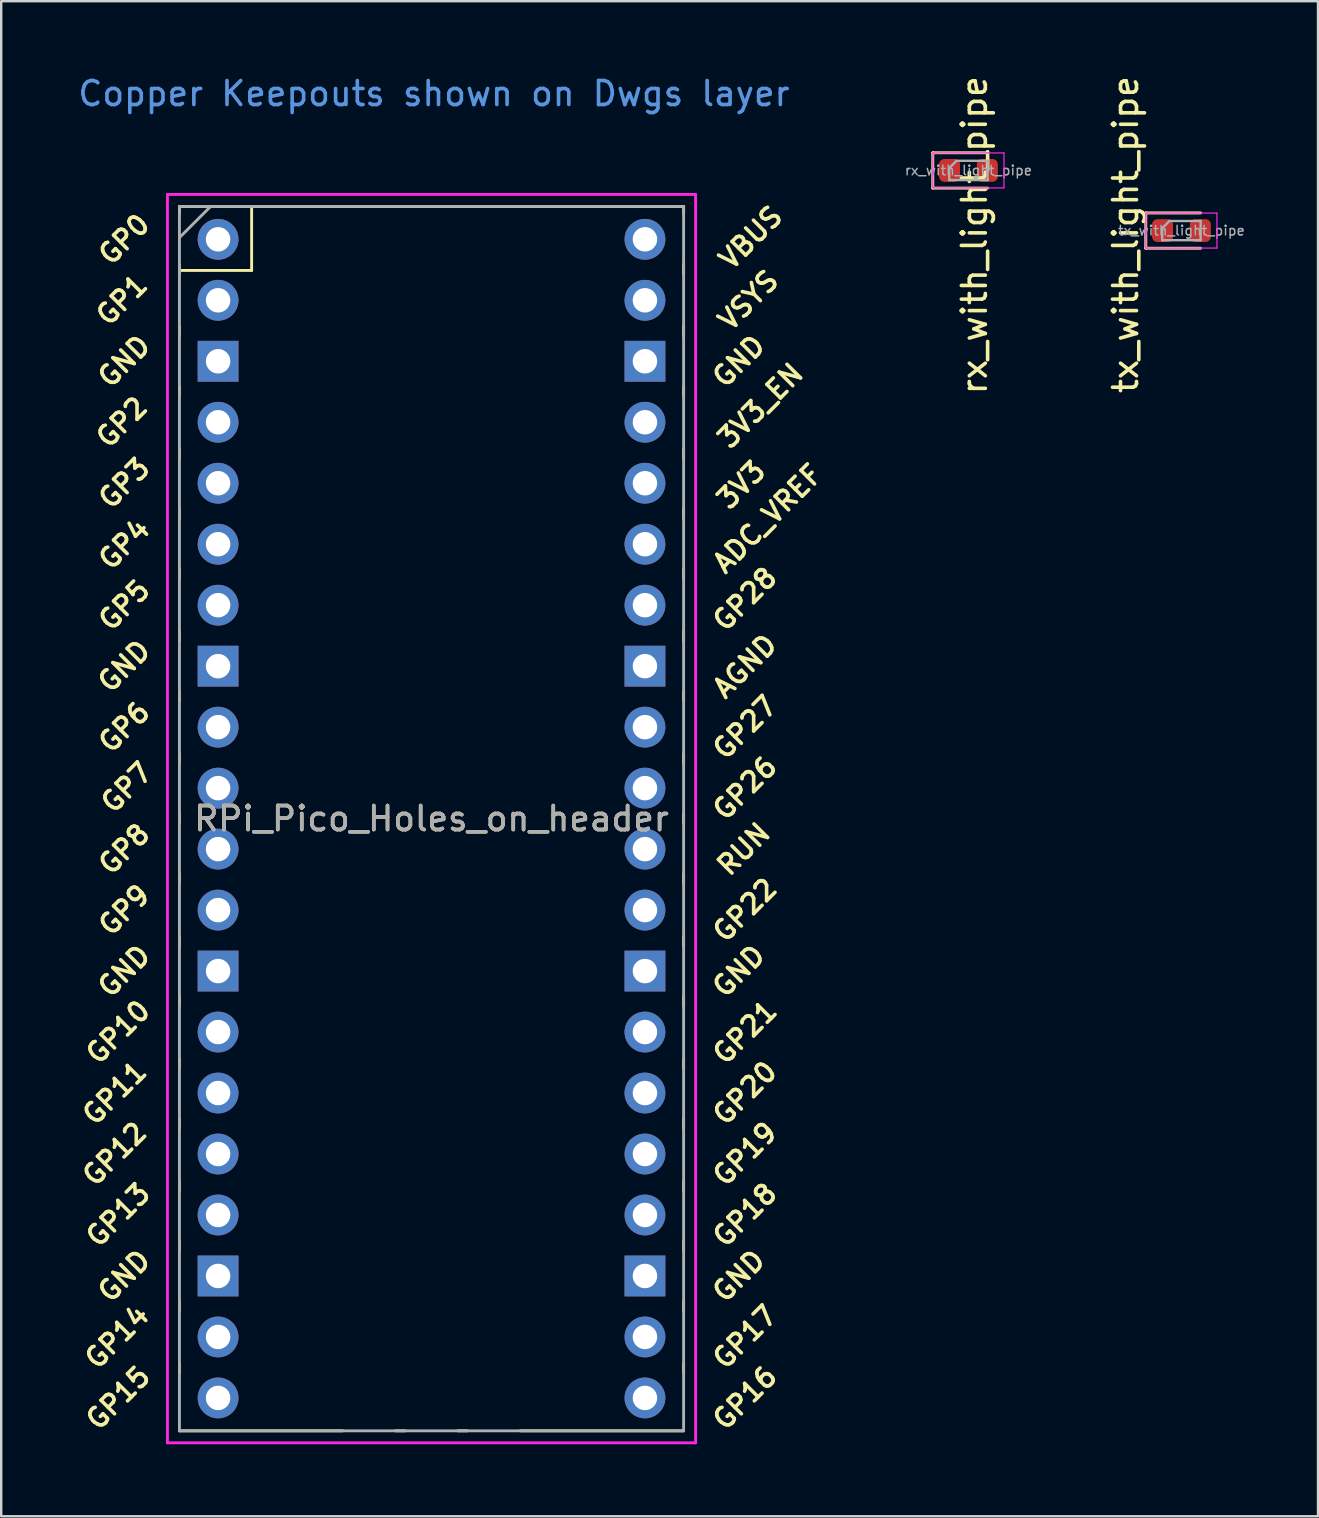
<source format=kicad_pcb>
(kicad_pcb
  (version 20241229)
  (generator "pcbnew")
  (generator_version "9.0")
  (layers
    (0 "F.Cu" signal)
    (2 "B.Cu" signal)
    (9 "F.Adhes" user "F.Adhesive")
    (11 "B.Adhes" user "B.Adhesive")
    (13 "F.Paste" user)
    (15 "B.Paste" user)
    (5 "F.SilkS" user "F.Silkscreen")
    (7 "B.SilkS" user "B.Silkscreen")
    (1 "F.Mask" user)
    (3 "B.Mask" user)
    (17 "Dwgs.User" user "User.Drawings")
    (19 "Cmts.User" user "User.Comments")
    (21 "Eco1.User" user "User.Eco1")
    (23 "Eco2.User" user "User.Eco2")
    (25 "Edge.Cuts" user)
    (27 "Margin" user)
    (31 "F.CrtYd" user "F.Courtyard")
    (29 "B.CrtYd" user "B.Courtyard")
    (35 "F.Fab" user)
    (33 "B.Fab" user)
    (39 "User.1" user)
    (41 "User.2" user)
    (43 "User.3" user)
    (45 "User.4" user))
  (footprint "tx_with_light_pipe"
    (layer "F.Cu")
    (at 46.16 6.554)
    (property "Reference" "tx_with_light_pipe" (at -2.326 0.166 90) (layer "F.SilkS") (effects (font (size 1 1) (thickness 0.15))))
    (attr smd)
    (fp_line (start -1.485 -0.735) (end -1.485 0.735) (stroke (width 0.12) (type solid)) (layer "F.SilkS"))
    (fp_line (start -1.485 0.735) (end 0.8 0.735) (stroke (width 0.12) (type solid)) (layer "F.SilkS"))
    (fp_line (start 0.8 -0.735) (end -1.485 -0.735) (stroke (width 0.12) (type solid)) (layer "F.SilkS"))
    (fp_line (start -1.48 -0.73) (end 1.48 -0.73) (stroke (width 0.05) (type solid)) (layer "F.CrtYd"))
    (fp_line (start -1.48 0.73) (end -1.48 -0.73) (stroke (width 0.05) (type solid)) (layer "F.CrtYd"))
    (fp_line (start 1.48 -0.73) (end 1.48 0.73) (stroke (width 0.05) (type solid)) (layer "F.CrtYd"))
    (fp_line (start 1.48 0.73) (end -1.48 0.73) (stroke (width 0.05) (type solid)) (layer "F.CrtYd"))
    (fp_line (start -0.8 -0.1) (end -0.8 0.4) (stroke (width 0.1) (type solid)) (layer "F.Fab"))
    (fp_line (start -0.8 0.4) (end 0.8 0.4) (stroke (width 0.1) (type solid)) (layer "F.Fab"))
    (fp_line (start -0.5 -0.4) (end -0.8 -0.1) (stroke (width 0.1) (type solid)) (layer "F.Fab"))
    (fp_line (start 0.8 -0.4) (end -0.5 -0.4) (stroke (width 0.1) (type solid)) (layer "F.Fab"))
    (fp_line (start 0.8 0.4) (end 0.8 -0.4) (stroke (width 0.1) (type solid)) (layer "F.Fab"))
    (fp_text user "${REFERENCE}" (at 0 0 180) (layer "F.Fab") (effects (font (size 0.4 0.4) (thickness 0.06))))
    (pad "1" smd roundrect (at -0.787 0) (size 0.875 0.95) (layers "F.Cu" "F.Mask" "F.Paste") (roundrect_rratio 0.25))
    (pad "2" smd roundrect (at 0.787 0) (size 0.875 0.95) (layers "F.Cu" "F.Mask" "F.Paste") (roundrect_rratio 0.25)))
  (footprint "RPi_Pico_Holes_on_header"
    (layer "F.Cu")
    (at 14.924 31.048)
    (property "Reference" "RPi_Pico_Holes_on_header" (at 0 0 0) (layer "F.SilkS") (effects (font (size 1 1) (thickness 0.15))))
    (attr through_hole)
    (fp_line (start -10.5 -25.5) (end -10.5 -25.2) (stroke (width 0.12) (type solid)) (layer "F.SilkS"))
    (fp_line (start -10.5 -25.5) (end 10.5 -25.5) (stroke (width 0.12) (type solid)) (layer "F.SilkS"))
    (fp_line (start -10.5 -23.1) (end -10.5 -22.7) (stroke (width 0.12) (type solid)) (layer "F.SilkS"))
    (fp_line (start -10.5 -22.833) (end -7.493 -22.833) (stroke (width 0.12) (type solid)) (layer "F.SilkS"))
    (fp_line (start -10.5 -20.5) (end -10.5 -20.1) (stroke (width 0.12) (type solid)) (layer "F.SilkS"))
    (fp_line (start -10.5 -18) (end -10.5 -17.6) (stroke (width 0.12) (type solid)) (layer "F.SilkS"))
    (fp_line (start -10.5 -15.4) (end -10.5 -15) (stroke (width 0.12) (type solid)) (layer "F.SilkS"))
    (fp_line (start -10.5 -12.9) (end -10.5 -12.5) (stroke (width 0.12) (type solid)) (layer "F.SilkS"))
    (fp_line (start -10.5 -10.4) (end -10.5 -10) (stroke (width 0.12) (type solid)) (layer "F.SilkS"))
    (fp_line (start -10.5 -7.8) (end -10.5 -7.4) (stroke (width 0.12) (type solid)) (layer "F.SilkS"))
    (fp_line (start -10.5 -5.3) (end -10.5 -4.9) (stroke (width 0.12) (type solid)) (layer "F.SilkS"))
    (fp_line (start -10.5 -2.7) (end -10.5 -2.3) (stroke (width 0.12) (type solid)) (layer "F.SilkS"))
    (fp_line (start -10.5 -0.2) (end -10.5 0.2) (stroke (width 0.12) (type solid)) (layer "F.SilkS"))
    (fp_line (start -10.5 2.3) (end -10.5 2.7) (stroke (width 0.12) (type solid)) (layer "F.SilkS"))
    (fp_line (start -10.5 4.9) (end -10.5 5.3) (stroke (width 0.12) (type solid)) (layer "F.SilkS"))
    (fp_line (start -10.5 7.4) (end -10.5 7.8) (stroke (width 0.12) (type solid)) (layer "F.SilkS"))
    (fp_line (start -10.5 10) (end -10.5 10.4) (stroke (width 0.12) (type solid)) (layer "F.SilkS"))
    (fp_line (start -10.5 12.5) (end -10.5 12.9) (stroke (width 0.12) (type solid)) (layer "F.SilkS"))
    (fp_line (start -10.5 15.1) (end -10.5 15.5) (stroke (width 0.12) (type solid)) (layer "F.SilkS"))
    (fp_line (start -10.5 17.6) (end -10.5 18) (stroke (width 0.12) (type solid)) (layer "F.SilkS"))
    (fp_line (start -10.5 20.1) (end -10.5 20.5) (stroke (width 0.12) (type solid)) (layer "F.SilkS"))
    (fp_line (start -10.5 22.7) (end -10.5 23.1) (stroke (width 0.12) (type solid)) (layer "F.SilkS"))
    (fp_line (start -7.493 -22.833) (end -7.493 -25.5) (stroke (width 0.12) (type solid)) (layer "F.SilkS"))
    (fp_line (start -3.7 25.5) (end -10.5 25.5) (stroke (width 0.12) (type solid)) (layer "F.SilkS"))
    (fp_line (start -1.5 25.5) (end -1.1 25.5) (stroke (width 0.12) (type solid)) (layer "F.SilkS"))
    (fp_line (start 1.1 25.5) (end 1.5 25.5) (stroke (width 0.12) (type solid)) (layer "F.SilkS"))
    (fp_line (start 10.5 -25.5) (end 10.5 -25.2) (stroke (width 0.12) (type solid)) (layer "F.SilkS"))
    (fp_line (start 10.5 -23.1) (end 10.5 -22.7) (stroke (width 0.12) (type solid)) (layer "F.SilkS"))
    (fp_line (start 10.5 -20.5) (end 10.5 -20.1) (stroke (width 0.12) (type solid)) (layer "F.SilkS"))
    (fp_line (start 10.5 -18) (end 10.5 -17.6) (stroke (width 0.12) (type solid)) (layer "F.SilkS"))
    (fp_line (start 10.5 -15.4) (end 10.5 -15) (stroke (width 0.12) (type solid)) (layer "F.SilkS"))
    (fp_line (start 10.5 -12.9) (end 10.5 -12.5) (stroke (width 0.12) (type solid)) (layer "F.SilkS"))
    (fp_line (start 10.5 -10.4) (end 10.5 -10) (stroke (width 0.12) (type solid)) (layer "F.SilkS"))
    (fp_line (start 10.5 -7.8) (end 10.5 -7.4) (stroke (width 0.12) (type solid)) (layer "F.SilkS"))
    (fp_line (start 10.5 -5.3) (end 10.5 -4.9) (stroke (width 0.12) (type solid)) (layer "F.SilkS"))
    (fp_line (start 10.5 -2.7) (end 10.5 -2.3) (stroke (width 0.12) (type solid)) (layer "F.SilkS"))
    (fp_line (start 10.5 -0.2) (end 10.5 0.2) (stroke (width 0.12) (type solid)) (layer "F.SilkS"))
    (fp_line (start 10.5 2.3) (end 10.5 2.7) (stroke (width 0.12) (type solid)) (layer "F.SilkS"))
    (fp_line (start 10.5 4.9) (end 10.5 5.3) (stroke (width 0.12) (type solid)) (layer "F.SilkS"))
    (fp_line (start 10.5 7.4) (end 10.5 7.8) (stroke (width 0.12) (type solid)) (layer "F.SilkS"))
    (fp_line (start 10.5 10) (end 10.5 10.4) (stroke (width 0.12) (type solid)) (layer "F.SilkS"))
    (fp_line (start 10.5 12.5) (end 10.5 12.9) (stroke (width 0.12) (type solid)) (layer "F.SilkS"))
    (fp_line (start 10.5 15.1) (end 10.5 15.5) (stroke (width 0.12) (type solid)) (layer "F.SilkS"))
    (fp_line (start 10.5 17.6) (end 10.5 18) (stroke (width 0.12) (type solid)) (layer "F.SilkS"))
    (fp_line (start 10.5 20.1) (end 10.5 20.5) (stroke (width 0.12) (type solid)) (layer "F.SilkS"))
    (fp_line (start 10.5 22.7) (end 10.5 23.1) (stroke (width 0.12) (type solid)) (layer "F.SilkS"))
    (fp_line (start 10.5 25.5) (end 3.7 25.5) (stroke (width 0.12) (type solid)) (layer "F.SilkS"))
    (fp_line (start -11 -26) (end 11 -26) (stroke (width 0.12) (type solid)) (layer "F.CrtYd"))
    (fp_line (start -11 26) (end -11 -26) (stroke (width 0.12) (type solid)) (layer "F.CrtYd"))
    (fp_line (start 11 -26) (end 11 26) (stroke (width 0.12) (type solid)) (layer "F.CrtYd"))
    (fp_line (start 11 26) (end -11 26) (stroke (width 0.12) (type solid)) (layer "F.CrtYd"))
    (fp_line (start -10.5 -25.5) (end 10.5 -25.5) (stroke (width 0.12) (type solid)) (layer "F.Fab"))
    (fp_line (start -10.5 -24.2) (end -9.2 -25.5) (stroke (width 0.12) (type solid)) (layer "F.Fab"))
    (fp_line (start -10.5 25.5) (end -10.5 -25.5) (stroke (width 0.12) (type solid)) (layer "F.Fab"))
    (fp_line (start 10.5 -25.5) (end 10.5 25.5) (stroke (width 0.12) (type solid)) (layer "F.Fab"))
    (fp_line (start 10.5 25.5) (end -10.5 25.5) (stroke (width 0.12) (type solid)) (layer "F.Fab"))
    (fp_text user "GP12" (at -13.2 13.97 45) (layer "F.SilkS") (effects (font (size 0.8 0.8) (thickness 0.15))))
    (fp_text user "GP1" (at -12.9 -21.6 45) (layer "F.SilkS") (effects (font (size 0.8 0.8) (thickness 0.15))))
    (fp_text user "ADC_VREF" (at 14 -12.5 45) (layer "F.SilkS") (effects (font (size 0.8 0.8) (thickness 0.15))))
    (fp_text user "VSYS" (at 13.2 -21.59 45) (layer "F.SilkS") (effects (font (size 0.8 0.8) (thickness 0.15))))
    (fp_text user "GP11" (at -13.2 11.43 45) (layer "F.SilkS") (effects (font (size 0.8 0.8) (thickness 0.15))))
    (fp_text user "GP17" (at 13.054 21.59 45) (layer "F.SilkS") (effects (font (size 0.8 0.8) (thickness 0.15))))
    (fp_text user "GND" (at -12.8 6.35 45) (layer "F.SilkS") (effects (font (size 0.8 0.8) (thickness 0.15))))
    (fp_text user "AGND" (at 13.054 -6.35 45) (layer "F.SilkS") (effects (font (size 0.8 0.8) (thickness 0.15))))
    (fp_text user "GP21" (at 13.054 8.9 45) (layer "F.SilkS") (effects (font (size 0.8 0.8) (thickness 0.15))))
    (fp_text user "GP28" (at 13.054 -9.144 45) (layer "F.SilkS") (effects (font (size 0.8 0.8) (thickness 0.15))))
    (fp_text user "GND" (at -12.8 19.05 45) (layer "F.SilkS") (effects (font (size 0.8 0.8) (thickness 0.15))))
    (fp_text user "GP15" (at -13.054 24.13 45) (layer "F.SilkS") (effects (font (size 0.8 0.8) (thickness 0.15))))
    (fp_text user "GP5" (at -12.8 -8.89 45) (layer "F.SilkS") (effects (font (size 0.8 0.8) (thickness 0.15))))
    (fp_text user "GP8" (at -12.8 1.27 45) (layer "F.SilkS") (effects (font (size 0.8 0.8) (thickness 0.15))))
    (fp_text user "GP19" (at 13.054 13.97 45) (layer "F.SilkS") (effects (font (size 0.8 0.8) (thickness 0.15))))
    (fp_text user "GND" (at 12.8 -19.05 45) (layer "F.SilkS") (effects (font (size 0.8 0.8) (thickness 0.15))))
    (fp_text user "GP14" (at -13.1 21.59 45) (layer "F.SilkS") (effects (font (size 0.8 0.8) (thickness 0.15))))
    (fp_text user "GP26" (at 13.054 -1.27 45) (layer "F.SilkS") (effects (font (size 0.8 0.8) (thickness 0.15))))
    (fp_text user "GND" (at -12.8 -6.35 45) (layer "F.SilkS") (effects (font (size 0.8 0.8) (thickness 0.15))))
    (fp_text user "3V3_EN" (at 13.7 -17.2 45) (layer "F.SilkS") (effects (font (size 0.8 0.8) (thickness 0.15))))
    (fp_text user "GP0" (at -12.8 -24.13 45) (layer "F.SilkS") (effects (font (size 0.8 0.8) (thickness 0.15))))
    (fp_text user "GP20" (at 13.054 11.43 45) (layer "F.SilkS") (effects (font (size 0.8 0.8) (thickness 0.15))))
    (fp_text user "GP13" (at -13.054 16.51 45) (layer "F.SilkS") (effects (font (size 0.8 0.8) (thickness 0.15))))
    (fp_text user "3V3" (at 12.9 -13.9 45) (layer "F.SilkS") (effects (font (size 0.8 0.8) (thickness 0.15))))
    (fp_text user "VBUS" (at 13.3 -24.2 45) (layer "F.SilkS") (effects (font (size 0.8 0.8) (thickness 0.15))))
    (fp_text user "GND" (at 12.8 6.35 45) (layer "F.SilkS") (effects (font (size 0.8 0.8) (thickness 0.15))))
    (fp_text user "GP7" (at -12.7 -1.3 45) (layer "F.SilkS") (effects (font (size 0.8 0.8) (thickness 0.15))))
    (fp_text user "GP18" (at 13.054 16.51 45) (layer "F.SilkS") (effects (font (size 0.8 0.8) (thickness 0.15))))
    (fp_text user "GP3" (at -12.8 -13.97 45) (layer "F.SilkS") (effects (font (size 0.8 0.8) (thickness 0.15))))
    (fp_text user "GND" (at 12.8 19.05 45) (layer "F.SilkS") (effects (font (size 0.8 0.8) (thickness 0.15))))
    (fp_text user "GND" (at -12.8 -19.05 45) (layer "F.SilkS") (effects (font (size 0.8 0.8) (thickness 0.15))))
    (fp_text user "GP9" (at -12.8 3.81 45) (layer "F.SilkS") (effects (font (size 0.8 0.8) (thickness 0.15))))
    (fp_text user "GP10" (at -13.054 8.89 45) (layer "F.SilkS") (effects (font (size 0.8 0.8) (thickness 0.15))))
    (fp_text user "GP16" (at 13.054 24.13 45) (layer "F.SilkS") (effects (font (size 0.8 0.8) (thickness 0.15))))
    (fp_text user "GP6" (at -12.8 -3.81 45) (layer "F.SilkS") (effects (font (size 0.8 0.8) (thickness 0.15))))
    (fp_text user "GP2" (at -12.9 -16.51 45) (layer "F.SilkS") (effects (font (size 0.8 0.8) (thickness 0.15))))
    (fp_text user "GP4" (at -12.8 -11.43 45) (layer "F.SilkS") (effects (font (size 0.8 0.8) (thickness 0.15))))
    (fp_text user "RUN" (at 13 1.27 45) (layer "F.SilkS") (effects (font (size 0.8 0.8) (thickness 0.15))))
    (fp_text user "GP22" (at 13.054 3.81 45) (layer "F.SilkS") (effects (font (size 0.8 0.8) (thickness 0.15))))
    (fp_text user "GP27" (at 13.054 -3.8 45) (layer "F.SilkS") (effects (font (size 0.8 0.8) (thickness 0.15))))
    (fp_text user "Copper Keepouts shown on Dwgs layer" (at 0.1 -30.2 0) (layer "Cmts.User") (effects (font (size 1 1) (thickness 0.15))))
    (fp_text user "${REFERENCE}" (at 0 0 180) (layer "F.Fab") (effects (font (size 1 1) (thickness 0.15))))
    (pad "1" thru_hole oval (at -8.89 -24.13) (size 1.7 1.7) (drill 1.02) (layers "*.Cu" "*.Mask"))
    (pad "2" thru_hole oval (at -8.89 -21.59) (size 1.7 1.7) (drill 1.02) (layers "*.Cu" "*.Mask"))
    (pad "3" thru_hole rect (at -8.89 -19.05) (size 1.7 1.7) (drill 1.02) (layers "*.Cu" "*.Mask"))
    (pad "4" thru_hole oval (at -8.89 -16.51) (size 1.7 1.7) (drill 1.02) (layers "*.Cu" "*.Mask"))
    (pad "5" thru_hole oval (at -8.89 -13.97) (size 1.7 1.7) (drill 1.02) (layers "*.Cu" "*.Mask"))
    (pad "6" thru_hole oval (at -8.89 -11.43) (size 1.7 1.7) (drill 1.02) (layers "*.Cu" "*.Mask"))
    (pad "7" thru_hole oval (at -8.89 -8.89) (size 1.7 1.7) (drill 1.02) (layers "*.Cu" "*.Mask"))
    (pad "8" thru_hole rect (at -8.89 -6.35) (size 1.7 1.7) (drill 1.02) (layers "*.Cu" "*.Mask"))
    (pad "9" thru_hole oval (at -8.89 -3.81) (size 1.7 1.7) (drill 1.02) (layers "*.Cu" "*.Mask"))
    (pad "10" thru_hole oval (at -8.89 -1.27) (size 1.7 1.7) (drill 1.02) (layers "*.Cu" "*.Mask"))
    (pad "11" thru_hole oval (at -8.89 1.27) (size 1.7 1.7) (drill 1.02) (layers "*.Cu" "*.Mask"))
    (pad "12" thru_hole oval (at -8.89 3.81) (size 1.7 1.7) (drill 1.02) (layers "*.Cu" "*.Mask"))
    (pad "13" thru_hole rect (at -8.89 6.35) (size 1.7 1.7) (drill 1.02) (layers "*.Cu" "*.Mask"))
    (pad "14" thru_hole oval (at -8.89 8.89) (size 1.7 1.7) (drill 1.02) (layers "*.Cu" "*.Mask"))
    (pad "15" thru_hole oval (at -8.89 11.43) (size 1.7 1.7) (drill 1.02) (layers "*.Cu" "*.Mask"))
    (pad "16" thru_hole oval (at -8.89 13.97) (size 1.7 1.7) (drill 1.02) (layers "*.Cu" "*.Mask"))
    (pad "17" thru_hole oval (at -8.89 16.51) (size 1.7 1.7) (drill 1.02) (layers "*.Cu" "*.Mask"))
    (pad "18" thru_hole rect (at -8.89 19.05) (size 1.7 1.7) (drill 1.02) (layers "*.Cu" "*.Mask"))
    (pad "19" thru_hole oval (at -8.89 21.59) (size 1.7 1.7) (drill 1.02) (layers "*.Cu" "*.Mask"))
    (pad "20" thru_hole oval (at -8.89 24.13) (size 1.7 1.7) (drill 1.02) (layers "*.Cu" "*.Mask"))
    (pad "21" thru_hole oval (at 8.89 24.13) (size 1.7 1.7) (drill 1.02) (layers "*.Cu" "*.Mask"))
    (pad "22" thru_hole oval (at 8.89 21.59) (size 1.7 1.7) (drill 1.02) (layers "*.Cu" "*.Mask"))
    (pad "23" thru_hole rect (at 8.89 19.05) (size 1.7 1.7) (drill 1.02) (layers "*.Cu" "*.Mask"))
    (pad "24" thru_hole oval (at 8.89 16.51) (size 1.7 1.7) (drill 1.02) (layers "*.Cu" "*.Mask"))
    (pad "25" thru_hole oval (at 8.89 13.97) (size 1.7 1.7) (drill 1.02) (layers "*.Cu" "*.Mask"))
    (pad "26" thru_hole oval (at 8.89 11.43) (size 1.7 1.7) (drill 1.02) (layers "*.Cu" "*.Mask"))
    (pad "27" thru_hole oval (at 8.89 8.89) (size 1.7 1.7) (drill 1.02) (layers "*.Cu" "*.Mask"))
    (pad "28" thru_hole rect (at 8.89 6.35) (size 1.7 1.7) (drill 1.02) (layers "*.Cu" "*.Mask"))
    (pad "29" thru_hole oval (at 8.89 3.81) (size 1.7 1.7) (drill 1.02) (layers "*.Cu" "*.Mask"))
    (pad "30" thru_hole oval (at 8.89 1.27) (size 1.7 1.7) (drill 1.02) (layers "*.Cu" "*.Mask"))
    (pad "31" thru_hole oval (at 8.89 -1.27) (size 1.7 1.7) (drill 1.02) (layers "*.Cu" "*.Mask"))
    (pad "32" thru_hole oval (at 8.89 -3.81) (size 1.7 1.7) (drill 1.02) (layers "*.Cu" "*.Mask"))
    (pad "33" thru_hole rect (at 8.89 -6.35) (size 1.7 1.7) (drill 1.02) (layers "*.Cu" "*.Mask"))
    (pad "34" thru_hole oval (at 8.89 -8.89) (size 1.7 1.7) (drill 1.02) (layers "*.Cu" "*.Mask"))
    (pad "35" thru_hole oval (at 8.89 -11.43) (size 1.7 1.7) (drill 1.02) (layers "*.Cu" "*.Mask"))
    (pad "36" thru_hole oval (at 8.89 -13.97) (size 1.7 1.7) (drill 1.02) (layers "*.Cu" "*.Mask"))
    (pad "37" thru_hole oval (at 8.89 -16.51) (size 1.7 1.7) (drill 1.02) (layers "*.Cu" "*.Mask"))
    (pad "38" thru_hole rect (at 8.89 -19.05) (size 1.7 1.7) (drill 1.02) (layers "*.Cu" "*.Mask"))
    (pad "39" thru_hole oval (at 8.89 -21.59) (size 1.7 1.7) (drill 1.02) (layers "*.Cu" "*.Mask"))
    (pad "40" thru_hole oval (at 8.89 -24.13) (size 1.7 1.7) (drill 1.02) (layers "*.Cu" "*.Mask")))
  (footprint "rx_with_light_pipe"
    (layer "F.Cu")
    (at 37.288 4.049)
    (property "Reference" "rx_with_light_pipe" (at 0.249 2.695 270) (layer "F.SilkS") (effects (font (size 1 1) (thickness 0.15))))
    (attr smd)
    (fp_line (start -1.485 -0.735) (end -1.485 0.735) (stroke (width 0.12) (type solid)) (layer "F.SilkS"))
    (fp_line (start -1.485 0.735) (end 0.8 0.735) (stroke (width 0.12) (type solid)) (layer "F.SilkS"))
    (fp_line (start 0.8 -0.735) (end -1.485 -0.735) (stroke (width 0.12) (type solid)) (layer "F.SilkS"))
    (fp_line (start -1.48 -0.73) (end 1.48 -0.73) (stroke (width 0.05) (type solid)) (layer "F.CrtYd"))
    (fp_line (start -1.48 0.73) (end -1.48 -0.73) (stroke (width 0.05) (type solid)) (layer "F.CrtYd"))
    (fp_line (start 1.48 -0.73) (end 1.48 0.73) (stroke (width 0.05) (type solid)) (layer "F.CrtYd"))
    (fp_line (start 1.48 0.73) (end -1.48 0.73) (stroke (width 0.05) (type solid)) (layer "F.CrtYd"))
    (fp_line (start -0.8 -0.1) (end -0.8 0.4) (stroke (width 0.1) (type solid)) (layer "F.Fab"))
    (fp_line (start -0.8 0.4) (end 0.8 0.4) (stroke (width 0.1) (type solid)) (layer "F.Fab"))
    (fp_line (start -0.5 -0.4) (end -0.8 -0.1) (stroke (width 0.1) (type solid)) (layer "F.Fab"))
    (fp_line (start 0.8 -0.4) (end -0.5 -0.4) (stroke (width 0.1) (type solid)) (layer "F.Fab"))
    (fp_line (start 0.8 0.4) (end 0.8 -0.4) (stroke (width 0.1) (type solid)) (layer "F.Fab"))
    (fp_text user "${REFERENCE}" (at 0 0 180) (layer "F.Fab") (effects (font (size 0.4 0.4) (thickness 0.06))))
    (pad "1" smd roundrect (at -0.787 0) (size 0.875 0.95) (layers "F.Cu" "F.Mask" "F.Paste") (roundrect_rratio 0.25))
    (pad "2" smd roundrect (at 0.787 0) (size 0.875 0.95) (layers "F.Cu" "F.Mask" "F.Paste") (roundrect_rratio 0.25)))
  (gr_rect
    (start -3 -3)
    (end 51.848 60.108)
    (stroke (width 0.1) (type default))
    (fill no)
    (layer "Edge.Cuts")))
</source>
